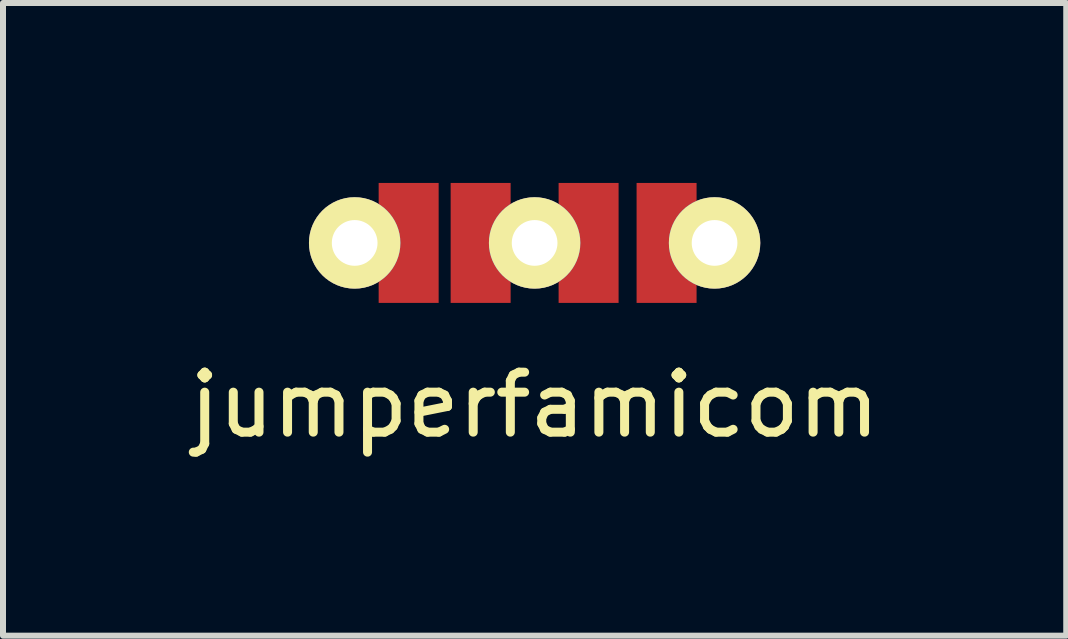
<source format=kicad_pcb>
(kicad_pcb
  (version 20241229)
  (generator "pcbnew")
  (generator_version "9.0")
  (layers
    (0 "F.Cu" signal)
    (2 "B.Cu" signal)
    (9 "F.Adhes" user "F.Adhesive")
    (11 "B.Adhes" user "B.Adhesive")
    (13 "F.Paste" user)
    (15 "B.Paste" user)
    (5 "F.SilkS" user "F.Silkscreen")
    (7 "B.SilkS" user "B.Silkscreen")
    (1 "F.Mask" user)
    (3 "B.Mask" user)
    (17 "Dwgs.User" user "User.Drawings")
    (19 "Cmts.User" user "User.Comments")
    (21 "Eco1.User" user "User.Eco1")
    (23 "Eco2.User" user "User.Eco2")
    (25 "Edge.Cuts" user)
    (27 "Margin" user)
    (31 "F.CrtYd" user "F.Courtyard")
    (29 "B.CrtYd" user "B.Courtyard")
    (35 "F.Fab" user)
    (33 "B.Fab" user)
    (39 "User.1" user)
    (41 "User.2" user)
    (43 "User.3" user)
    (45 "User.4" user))
  (footprint "jumperfamicom"
    (layer "F.Cu")
    (at 5.863 3.2)
    (property "Reference" "jumperfamicom" (at 0 0.5 0) (layer "F.SilkS") (effects (font (size 1 1) (thickness 0.15))))
    (attr through_hole)
    (pad "1" smd rect (at -2.1 -2.2) (size 1 2) (layers "F.Cu" "F.Mask" "F.Paste"))
    (pad "1" smd rect (at -0.9 -2.2) (size 1 2) (layers "F.Cu" "F.Mask" "F.Paste"))
    (pad "1" thru_hole circle (at 0 -2.2) (size 1.524 1.524) (drill 0.762) (layers "*.Cu" "*.Mask" "F.SilkS"))
    (pad "1" smd rect (at 0.9 -2.2) (size 1 2) (layers "F.Cu" "F.Mask" "F.Paste"))
    (pad "1" smd rect (at 2.2 -2.2) (size 1 2) (layers "F.Cu" "F.Mask" "F.Paste"))
    (pad "2" thru_hole circle (at -3 -2.2) (size 1.524 1.524) (drill 0.762) (layers "*.Cu" "*.Mask" "F.SilkS"))
    (pad "3" thru_hole circle (at 3 -2.2) (size 1.524 1.524) (drill 0.762) (layers "*.Cu" "*.Mask" "F.SilkS")))
  (gr_rect
    (start -3 -3)
    (end 14.726 7.548)
    (stroke (width 0.1) (type default))
    (fill no)
    (layer "Edge.Cuts")))
</source>
